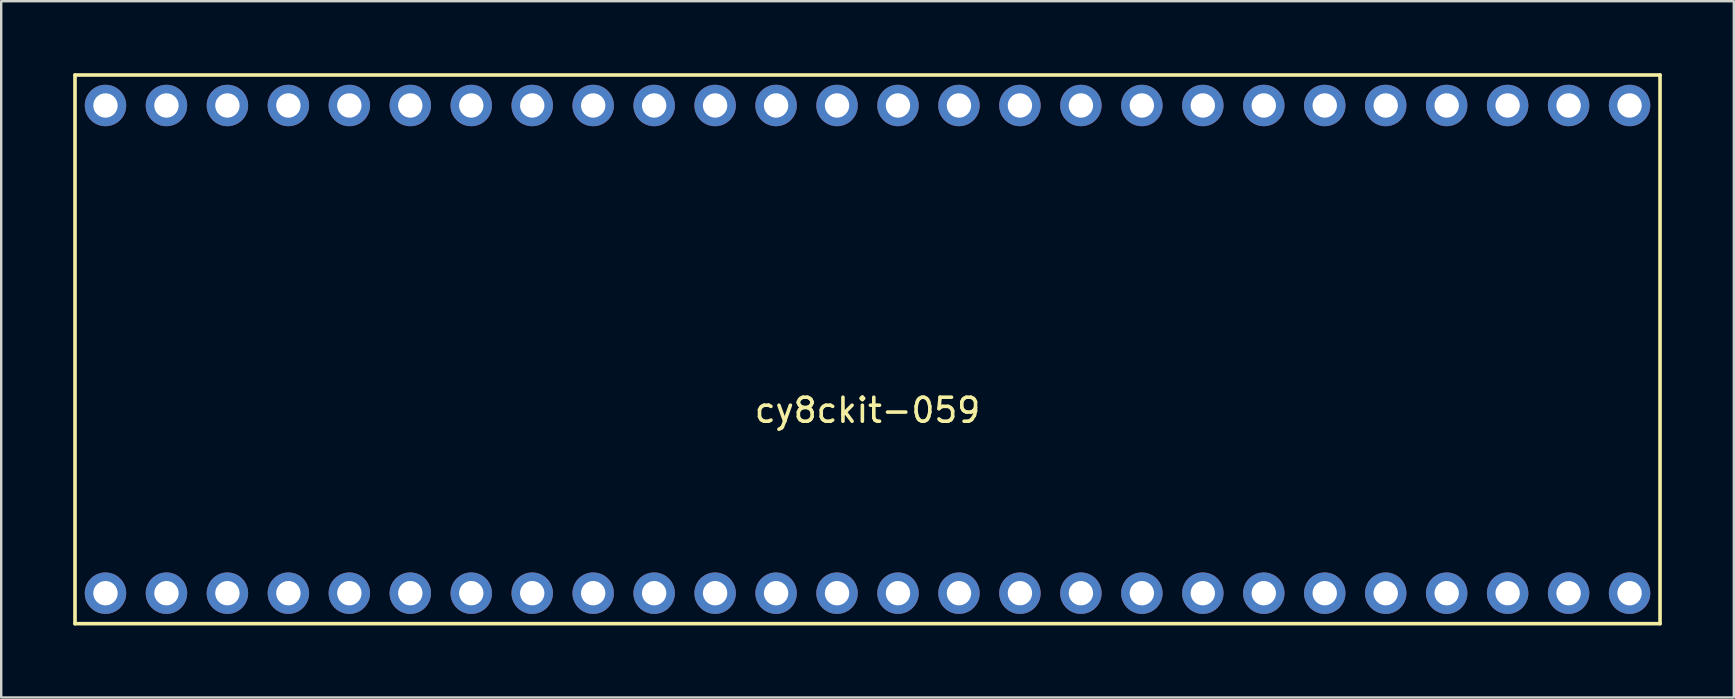
<source format=kicad_pcb>
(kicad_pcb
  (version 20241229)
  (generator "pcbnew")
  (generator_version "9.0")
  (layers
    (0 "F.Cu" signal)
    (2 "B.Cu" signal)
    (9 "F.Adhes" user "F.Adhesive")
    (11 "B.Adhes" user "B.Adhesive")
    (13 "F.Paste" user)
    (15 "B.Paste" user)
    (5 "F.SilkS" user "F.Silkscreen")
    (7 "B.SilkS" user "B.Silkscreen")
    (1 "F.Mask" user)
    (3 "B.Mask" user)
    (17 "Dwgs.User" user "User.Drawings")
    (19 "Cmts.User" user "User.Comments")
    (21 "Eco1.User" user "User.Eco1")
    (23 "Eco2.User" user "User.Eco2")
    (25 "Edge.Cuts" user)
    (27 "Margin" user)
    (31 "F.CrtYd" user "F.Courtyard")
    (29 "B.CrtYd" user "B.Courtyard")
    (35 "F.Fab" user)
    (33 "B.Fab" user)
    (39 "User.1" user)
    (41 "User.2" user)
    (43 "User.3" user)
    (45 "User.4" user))
  (footprint "cy8ckit-059"
    (layer "F.Cu")
    (at 33.095 11.505)
    (property "Reference" "cy8ckit-059" (at 0 2.54 0) (layer "F.SilkS") (effects (font (size 1 1) (thickness 0.15))))
    (attr through_hole)
    (fp_line (start -33.02 -11.43) (end 33.02 -11.43) (stroke (width 0.15) (type solid)) (layer "F.SilkS"))
    (fp_line (start -33.02 11.43) (end -33.02 -11.43) (stroke (width 0.15) (type solid)) (layer "F.SilkS"))
    (fp_line (start 33.02 -11.43) (end 33.02 11.43) (stroke (width 0.15) (type solid)) (layer "F.SilkS"))
    (fp_line (start 33.02 11.43) (end -33.02 11.43) (stroke (width 0.15) (type solid)) (layer "F.SilkS"))
    (pad "1" thru_hole circle (at -31.75 -10.16) (size 1.727 1.727) (drill 1.016) (layers "*.Cu" "*.Mask"))
    (pad "2" thru_hole circle (at -29.21 -10.16) (size 1.727 1.727) (drill 1.016) (layers "*.Cu" "*.Mask"))
    (pad "3" thru_hole circle (at -26.67 -10.16) (size 1.727 1.727) (drill 1.016) (layers "*.Cu" "*.Mask"))
    (pad "4" thru_hole circle (at -24.13 -10.16) (size 1.727 1.727) (drill 1.016) (layers "*.Cu" "*.Mask"))
    (pad "5" thru_hole circle (at -21.59 -10.16) (size 1.727 1.727) (drill 1.016) (layers "*.Cu" "*.Mask"))
    (pad "6" thru_hole circle (at -19.05 -10.16) (size 1.727 1.727) (drill 1.016) (layers "*.Cu" "*.Mask"))
    (pad "7" thru_hole circle (at -16.51 -10.16) (size 1.727 1.727) (drill 1.016) (layers "*.Cu" "*.Mask"))
    (pad "8" thru_hole circle (at -13.97 -10.16) (size 1.727 1.727) (drill 1.016) (layers "*.Cu" "*.Mask"))
    (pad "9" thru_hole circle (at -11.43 -10.16) (size 1.727 1.727) (drill 1.016) (layers "*.Cu" "*.Mask"))
    (pad "10" thru_hole circle (at -8.89 -10.16) (size 1.727 1.727) (drill 1.016) (layers "*.Cu" "*.Mask"))
    (pad "11" thru_hole circle (at -6.35 -10.16) (size 1.727 1.727) (drill 1.016) (layers "*.Cu" "*.Mask"))
    (pad "12" thru_hole circle (at -3.81 -10.16) (size 1.727 1.727) (drill 1.016) (layers "*.Cu" "*.Mask"))
    (pad "13" thru_hole circle (at -1.27 -10.16) (size 1.727 1.727) (drill 1.016) (layers "*.Cu" "*.Mask"))
    (pad "14" thru_hole circle (at 1.27 -10.16) (size 1.727 1.727) (drill 1.016) (layers "*.Cu" "*.Mask"))
    (pad "15" thru_hole circle (at 3.81 -10.16) (size 1.727 1.727) (drill 1.016) (layers "*.Cu" "*.Mask"))
    (pad "16" thru_hole circle (at 6.35 -10.16) (size 1.727 1.727) (drill 1.016) (layers "*.Cu" "*.Mask"))
    (pad "17" thru_hole circle (at 8.89 -10.16) (size 1.727 1.727) (drill 1.016) (layers "*.Cu" "*.Mask"))
    (pad "18" thru_hole circle (at 11.43 -10.16) (size 1.727 1.727) (drill 1.016) (layers "*.Cu" "*.Mask"))
    (pad "19" thru_hole circle (at 13.97 -10.16) (size 1.727 1.727) (drill 1.016) (layers "*.Cu" "*.Mask"))
    (pad "20" thru_hole circle (at 16.51 -10.16) (size 1.727 1.727) (drill 1.016) (layers "*.Cu" "*.Mask"))
    (pad "21" thru_hole circle (at 19.05 -10.16) (size 1.727 1.727) (drill 1.016) (layers "*.Cu" "*.Mask"))
    (pad "22" thru_hole circle (at 21.59 -10.16) (size 1.727 1.727) (drill 1.016) (layers "*.Cu" "*.Mask"))
    (pad "23" thru_hole circle (at 24.13 -10.16) (size 1.727 1.727) (drill 1.016) (layers "*.Cu" "*.Mask"))
    (pad "24" thru_hole circle (at 26.67 -10.16) (size 1.727 1.727) (drill 1.016) (layers "*.Cu" "*.Mask"))
    (pad "25" thru_hole circle (at 29.21 -10.16) (size 1.727 1.727) (drill 1.016) (layers "*.Cu" "*.Mask"))
    (pad "26" thru_hole circle (at 31.75 -10.16) (size 1.727 1.727) (drill 1.016) (layers "*.Cu" "*.Mask"))
    (pad "27" thru_hole circle (at 31.75 10.16) (size 1.727 1.727) (drill 1.016) (layers "*.Cu" "*.Mask"))
    (pad "28" thru_hole circle (at 29.21 10.16) (size 1.727 1.727) (drill 1.016) (layers "*.Cu" "*.Mask"))
    (pad "29" thru_hole circle (at 26.67 10.16) (size 1.727 1.727) (drill 1.016) (layers "*.Cu" "*.Mask"))
    (pad "30" thru_hole circle (at 24.13 10.16) (size 1.727 1.727) (drill 1.016) (layers "*.Cu" "*.Mask"))
    (pad "31" thru_hole circle (at 21.59 10.16) (size 1.727 1.727) (drill 1.016) (layers "*.Cu" "*.Mask"))
    (pad "32" thru_hole circle (at 19.05 10.16) (size 1.727 1.727) (drill 1.016) (layers "*.Cu" "*.Mask"))
    (pad "33" thru_hole circle (at 16.51 10.16) (size 1.727 1.727) (drill 1.016) (layers "*.Cu" "*.Mask"))
    (pad "34" thru_hole circle (at 13.97 10.16) (size 1.727 1.727) (drill 1.016) (layers "*.Cu" "*.Mask"))
    (pad "35" thru_hole circle (at 11.43 10.16) (size 1.727 1.727) (drill 1.016) (layers "*.Cu" "*.Mask"))
    (pad "36" thru_hole circle (at 8.89 10.16) (size 1.727 1.727) (drill 1.016) (layers "*.Cu" "*.Mask"))
    (pad "37" thru_hole circle (at 6.35 10.16) (size 1.727 1.727) (drill 1.016) (layers "*.Cu" "*.Mask"))
    (pad "38" thru_hole circle (at 3.81 10.16) (size 1.727 1.727) (drill 1.016) (layers "*.Cu" "*.Mask"))
    (pad "39" thru_hole circle (at 1.27 10.16) (size 1.727 1.727) (drill 1.016) (layers "*.Cu" "*.Mask"))
    (pad "40" thru_hole circle (at -1.27 10.16) (size 1.727 1.727) (drill 1.016) (layers "*.Cu" "*.Mask"))
    (pad "41" thru_hole circle (at -3.81 10.16) (size 1.727 1.727) (drill 1.016) (layers "*.Cu" "*.Mask"))
    (pad "42" thru_hole circle (at -6.35 10.16) (size 1.727 1.727) (drill 1.016) (layers "*.Cu" "*.Mask"))
    (pad "43" thru_hole circle (at -8.89 10.16) (size 1.727 1.727) (drill 1.016) (layers "*.Cu" "*.Mask"))
    (pad "44" thru_hole circle (at -11.43 10.16) (size 1.727 1.727) (drill 1.016) (layers "*.Cu" "*.Mask"))
    (pad "45" thru_hole circle (at -13.97 10.16) (size 1.727 1.727) (drill 1.016) (layers "*.Cu" "*.Mask"))
    (pad "46" thru_hole circle (at -16.51 10.16) (size 1.727 1.727) (drill 1.016) (layers "*.Cu" "*.Mask"))
    (pad "47" thru_hole circle (at -19.05 10.16) (size 1.727 1.727) (drill 1.016) (layers "*.Cu" "*.Mask"))
    (pad "48" thru_hole circle (at -21.59 10.16) (size 1.727 1.727) (drill 1.016) (layers "*.Cu" "*.Mask"))
    (pad "49" thru_hole circle (at -24.13 10.16) (size 1.727 1.727) (drill 1.016) (layers "*.Cu" "*.Mask"))
    (pad "50" thru_hole circle (at -26.67 10.16) (size 1.727 1.727) (drill 1.016) (layers "*.Cu" "*.Mask"))
    (pad "51" thru_hole circle (at -29.21 10.16) (size 1.727 1.727) (drill 1.016) (layers "*.Cu" "*.Mask"))
    (pad "52" thru_hole circle (at -31.75 10.16) (size 1.727 1.727) (drill 1.016) (layers "*.Cu" "*.Mask")))
  (gr_rect
    (start -3 -3)
    (end 69.19 26.01)
    (stroke (width 0.1) (type default))
    (fill no)
    (layer "Edge.Cuts")))
</source>
